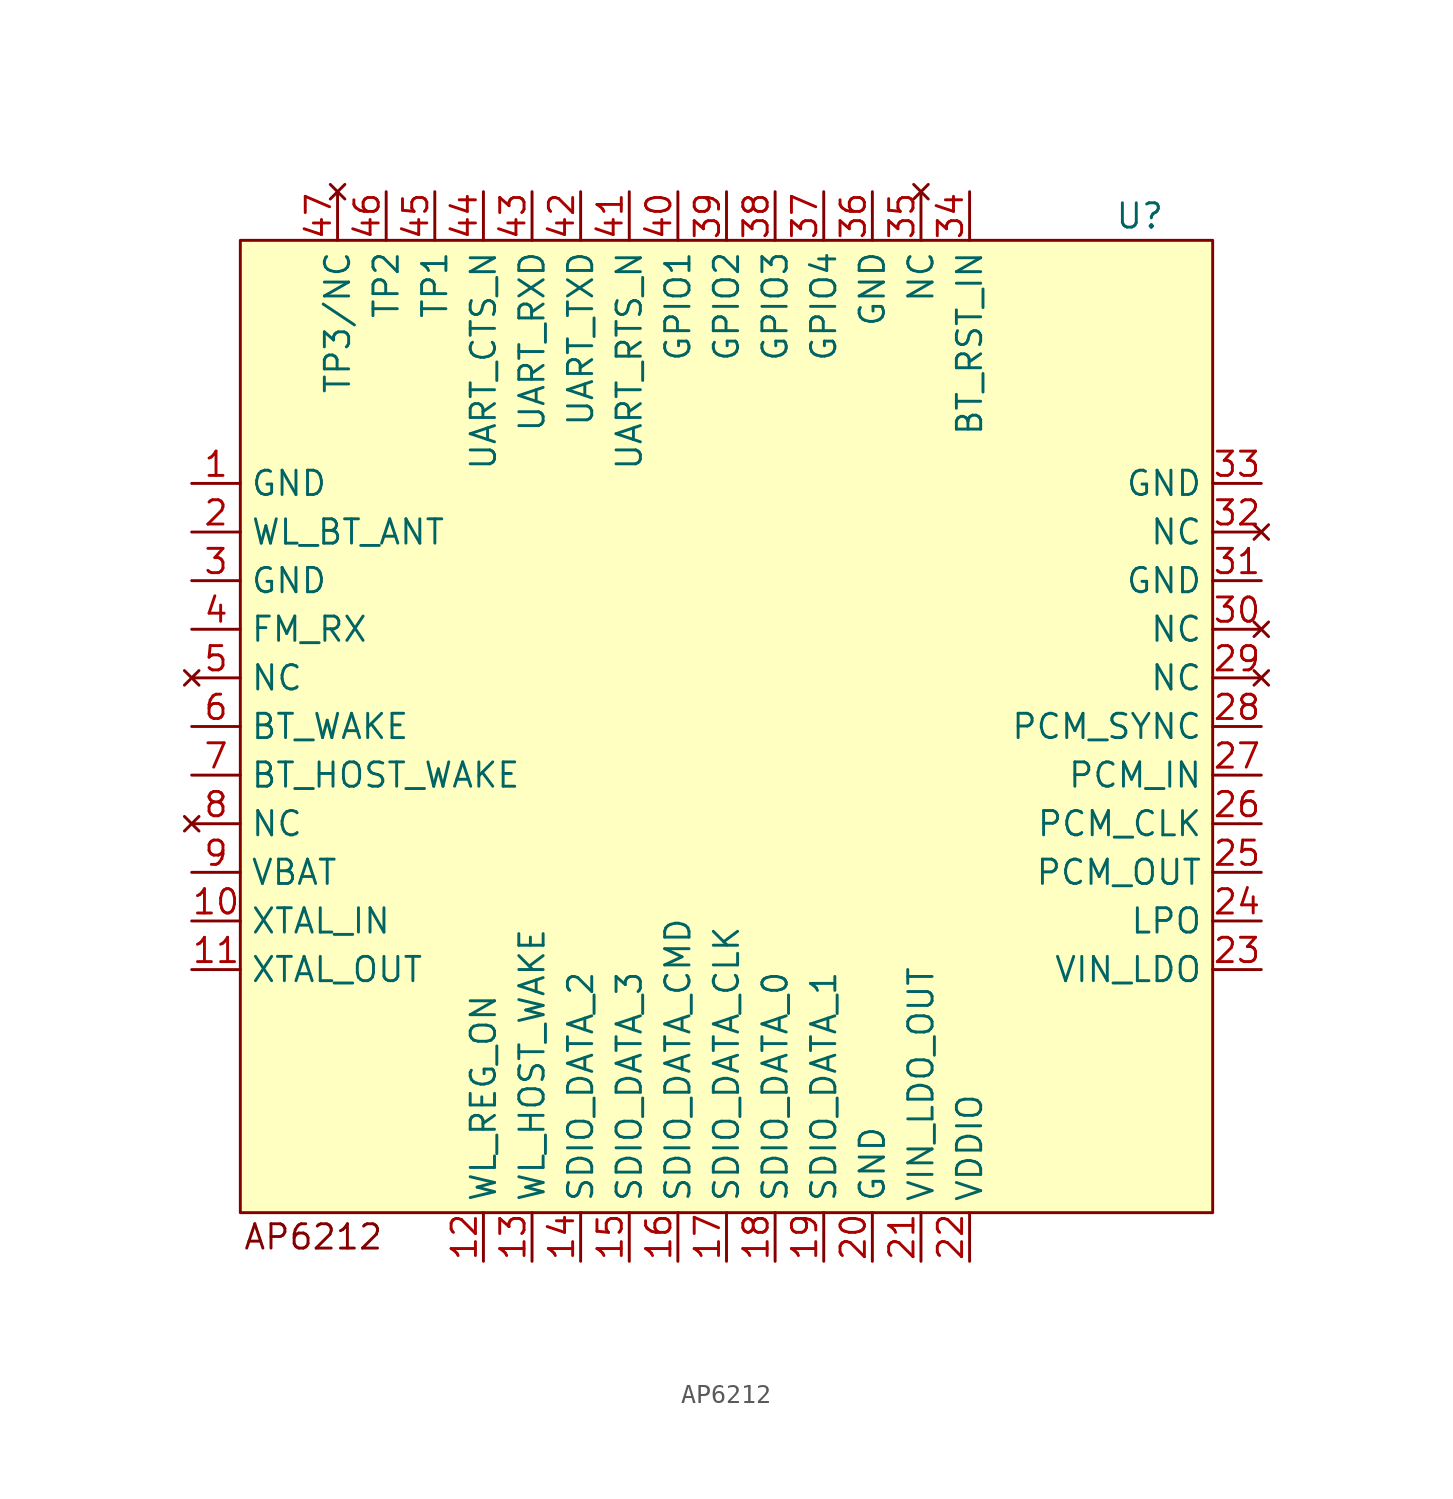
<source format=kicad_sym>
(kicad_symbol_lib
  (version 20220914)
  (generator kicad_symbol_editor)
  (symbol "AP6212"
    (property "Reference" "U"
      (at 21.59 26.67 0)
      (effects (font (size 1.27 1.27))))
    (property "Value" ""
      (at 0 0 0)
      (effects (font (size 1.27 1.27))))
    (symbol "AP6212_1_1"
      (rectangle (start -25.4 25.4) (end 25.4 -25.4) (stroke (width 0) (type default)) (fill (type background)))
      (text "AP6212" (at -21.59 -26.67 0) (effects (font (size 1.27 1.27))))
      (pin power_in line (at -27.94 12.7 0) (length 2.54) (name "GND" (effects (font (size 1.27 1.27)))) (number "1" (effects (font (size 1.27 1.27)))))
      (pin input line (at -27.94 -10.16 0) (length 2.54) (name "XTAL_IN" (effects (font (size 1.27 1.27)))) (number "10" (effects (font (size 1.27 1.27)))))
      (pin output line (at -27.94 -12.7 0) (length 2.54) (name "XTAL_OUT" (effects (font (size 1.27 1.27)))) (number "11" (effects (font (size 1.27 1.27)))))
      (pin input line (at -12.7 -27.94 90) (length 2.54) (name "WL_REG_ON" (effects (font (size 1.27 1.27)))) (number "12" (effects (font (size 1.27 1.27)))))
      (pin output line (at -10.16 -27.94 90) (length 2.54) (name "WL_HOST_WAKE" (effects (font (size 1.27 1.27)))) (number "13" (effects (font (size 1.27 1.27)))))
      (pin bidirectional line (at -7.62 -27.94 90) (length 2.54) (name "SDIO_DATA_2" (effects (font (size 1.27 1.27)))) (number "14" (effects (font (size 1.27 1.27)))))
      (pin bidirectional line (at -5.08 -27.94 90) (length 2.54) (name "SDIO_DATA_3" (effects (font (size 1.27 1.27)))) (number "15" (effects (font (size 1.27 1.27)))))
      (pin bidirectional line (at -2.54 -27.94 90) (length 2.54) (name "SDIO_DATA_CMD" (effects (font (size 1.27 1.27)))) (number "16" (effects (font (size 1.27 1.27)))))
      (pin bidirectional line (at 0 -27.94 90) (length 2.54) (name "SDIO_DATA_CLK" (effects (font (size 1.27 1.27)))) (number "17" (effects (font (size 1.27 1.27)))))
      (pin bidirectional line (at 2.54 -27.94 90) (length 2.54) (name "SDIO_DATA_0" (effects (font (size 1.27 1.27)))) (number "18" (effects (font (size 1.27 1.27)))))
      (pin bidirectional line (at 5.08 -27.94 90) (length 2.54) (name "SDIO_DATA_1" (effects (font (size 1.27 1.27)))) (number "19" (effects (font (size 1.27 1.27)))))
      (pin bidirectional line (at -27.94 10.16 0) (length 2.54) (name "WL_BT_ANT" (effects (font (size 1.27 1.27)))) (number "2" (effects (font (size 1.27 1.27)))))
      (pin power_in line (at 7.62 -27.94 90) (length 2.54) (name "GND" (effects (font (size 1.27 1.27)))) (number "20" (effects (font (size 1.27 1.27)))))
      (pin power_out line (at 10.16 -27.94 90) (length 2.54) (name "VIN_LDO_OUT" (effects (font (size 1.27 1.27)))) (number "21" (effects (font (size 1.27 1.27)))))
      (pin power_in line (at 12.7 -27.94 90) (length 2.54) (name "VDDIO" (effects (font (size 1.27 1.27)))) (number "22" (effects (font (size 1.27 1.27)))))
      (pin power_out line (at 27.94 -12.7 180) (length 2.54) (name "VIN_LDO" (effects (font (size 1.27 1.27)))) (number "23" (effects (font (size 1.27 1.27)))))
      (pin input line (at 27.94 -10.16 180) (length 2.54) (name "LPO" (effects (font (size 1.27 1.27)))) (number "24" (effects (font (size 1.27 1.27)))))
      (pin output line (at 27.94 -7.62 180) (length 2.54) (name "PCM_OUT" (effects (font (size 1.27 1.27)))) (number "25" (effects (font (size 1.27 1.27)))))
      (pin bidirectional line (at 27.94 -5.08 180) (length 2.54) (name "PCM_CLK" (effects (font (size 1.27 1.27)))) (number "26" (effects (font (size 1.27 1.27)))))
      (pin input line (at 27.94 -2.54 180) (length 2.54) (name "PCM_IN" (effects (font (size 1.27 1.27)))) (number "27" (effects (font (size 1.27 1.27)))))
      (pin bidirectional line (at 27.94 0 180) (length 2.54) (name "PCM_SYNC" (effects (font (size 1.27 1.27)))) (number "28" (effects (font (size 1.27 1.27)))))
      (pin no_connect line (at 27.94 2.54 180) (length 2.54) (name "NC" (effects (font (size 1.27 1.27)))) (number "29" (effects (font (size 1.27 1.27)))))
      (pin power_in line (at -27.94 7.62 0) (length 2.54) (name "GND" (effects (font (size 1.27 1.27)))) (number "3" (effects (font (size 1.27 1.27)))))
      (pin no_connect line (at 27.94 5.08 180) (length 2.54) (name "NC" (effects (font (size 1.27 1.27)))) (number "30" (effects (font (size 1.27 1.27)))))
      (pin power_in line (at 27.94 7.62 180) (length 2.54) (name "GND" (effects (font (size 1.27 1.27)))) (number "31" (effects (font (size 1.27 1.27)))))
      (pin no_connect line (at 27.94 10.16 180) (length 2.54) (name "NC" (effects (font (size 1.27 1.27)))) (number "32" (effects (font (size 1.27 1.27)))))
      (pin power_in line (at 27.94 12.7 180) (length 2.54) (name "GND" (effects (font (size 1.27 1.27)))) (number "33" (effects (font (size 1.27 1.27)))))
      (pin input line (at 12.7 27.94 270) (length 2.54) (name "BT_RST_IN" (effects (font (size 1.27 1.27)))) (number "34" (effects (font (size 1.27 1.27)))))
      (pin no_connect line (at 10.16 27.94 270) (length 2.54) (name "NC" (effects (font (size 1.27 1.27)))) (number "35" (effects (font (size 1.27 1.27)))))
      (pin power_in line (at 7.62 27.94 270) (length 2.54) (name "GND" (effects (font (size 1.27 1.27)))) (number "36" (effects (font (size 1.27 1.27)))))
      (pin bidirectional line (at 5.08 27.94 270) (length 2.54) (name "GPIO4" (effects (font (size 1.27 1.27)))) (number "37" (effects (font (size 1.27 1.27)))))
      (pin bidirectional line (at 2.54 27.94 270) (length 2.54) (name "GPIO3" (effects (font (size 1.27 1.27)))) (number "38" (effects (font (size 1.27 1.27)))))
      (pin bidirectional line (at 0 27.94 270) (length 2.54) (name "GPIO2" (effects (font (size 1.27 1.27)))) (number "39" (effects (font (size 1.27 1.27)))))
      (pin input line (at -27.94 5.08 0) (length 2.54) (name "FM_RX" (effects (font (size 1.27 1.27)))) (number "4" (effects (font (size 1.27 1.27)))))
      (pin bidirectional line (at -2.54 27.94 270) (length 2.54) (name "GPIO1" (effects (font (size 1.27 1.27)))) (number "40" (effects (font (size 1.27 1.27)))))
      (pin output line (at -5.08 27.94 270) (length 2.54) (name "UART_RTS_N" (effects (font (size 1.27 1.27)))) (number "41" (effects (font (size 1.27 1.27)))))
      (pin output line (at -7.62 27.94 270) (length 2.54) (name "UART_TXD" (effects (font (size 1.27 1.27)))) (number "42" (effects (font (size 1.27 1.27)))))
      (pin input line (at -10.16 27.94 270) (length 2.54) (name "UART_RXD" (effects (font (size 1.27 1.27)))) (number "43" (effects (font (size 1.27 1.27)))))
      (pin input line (at -12.7 27.94 270) (length 2.54) (name "UART_CTS_N" (effects (font (size 1.27 1.27)))) (number "44" (effects (font (size 1.27 1.27)))))
      (pin output line (at -15.24 27.94 270) (length 2.54) (name "TP1" (effects (font (size 1.27 1.27)))) (number "45" (effects (font (size 1.27 1.27)))))
      (pin output line (at -17.78 27.94 270) (length 2.54) (name "TP2" (effects (font (size 1.27 1.27)))) (number "46" (effects (font (size 1.27 1.27)))))
      (pin no_connect line (at -20.32 27.94 270) (length 2.54) (name "TP3/NC" (effects (font (size 1.27 1.27)))) (number "47" (effects (font (size 1.27 1.27)))))
      (pin no_connect line (at -27.94 2.54 0) (length 2.54) (name "NC" (effects (font (size 1.27 1.27)))) (number "5" (effects (font (size 1.27 1.27)))))
      (pin input line (at -27.94 0 0) (length 2.54) (name "BT_WAKE" (effects (font (size 1.27 1.27)))) (number "6" (effects (font (size 1.27 1.27)))))
      (pin output line (at -27.94 -2.54 0) (length 2.54) (name "BT_HOST_WAKE" (effects (font (size 1.27 1.27)))) (number "7" (effects (font (size 1.27 1.27)))))
      (pin no_connect line (at -27.94 -5.08 0) (length 2.54) (name "NC" (effects (font (size 1.27 1.27)))) (number "8" (effects (font (size 1.27 1.27)))))
      (pin power_in line (at -27.94 -7.62 0) (length 2.54) (name "VBAT" (effects (font (size 1.27 1.27)))) (number "9" (effects (font (size 1.27 1.27))))))))
</source>
